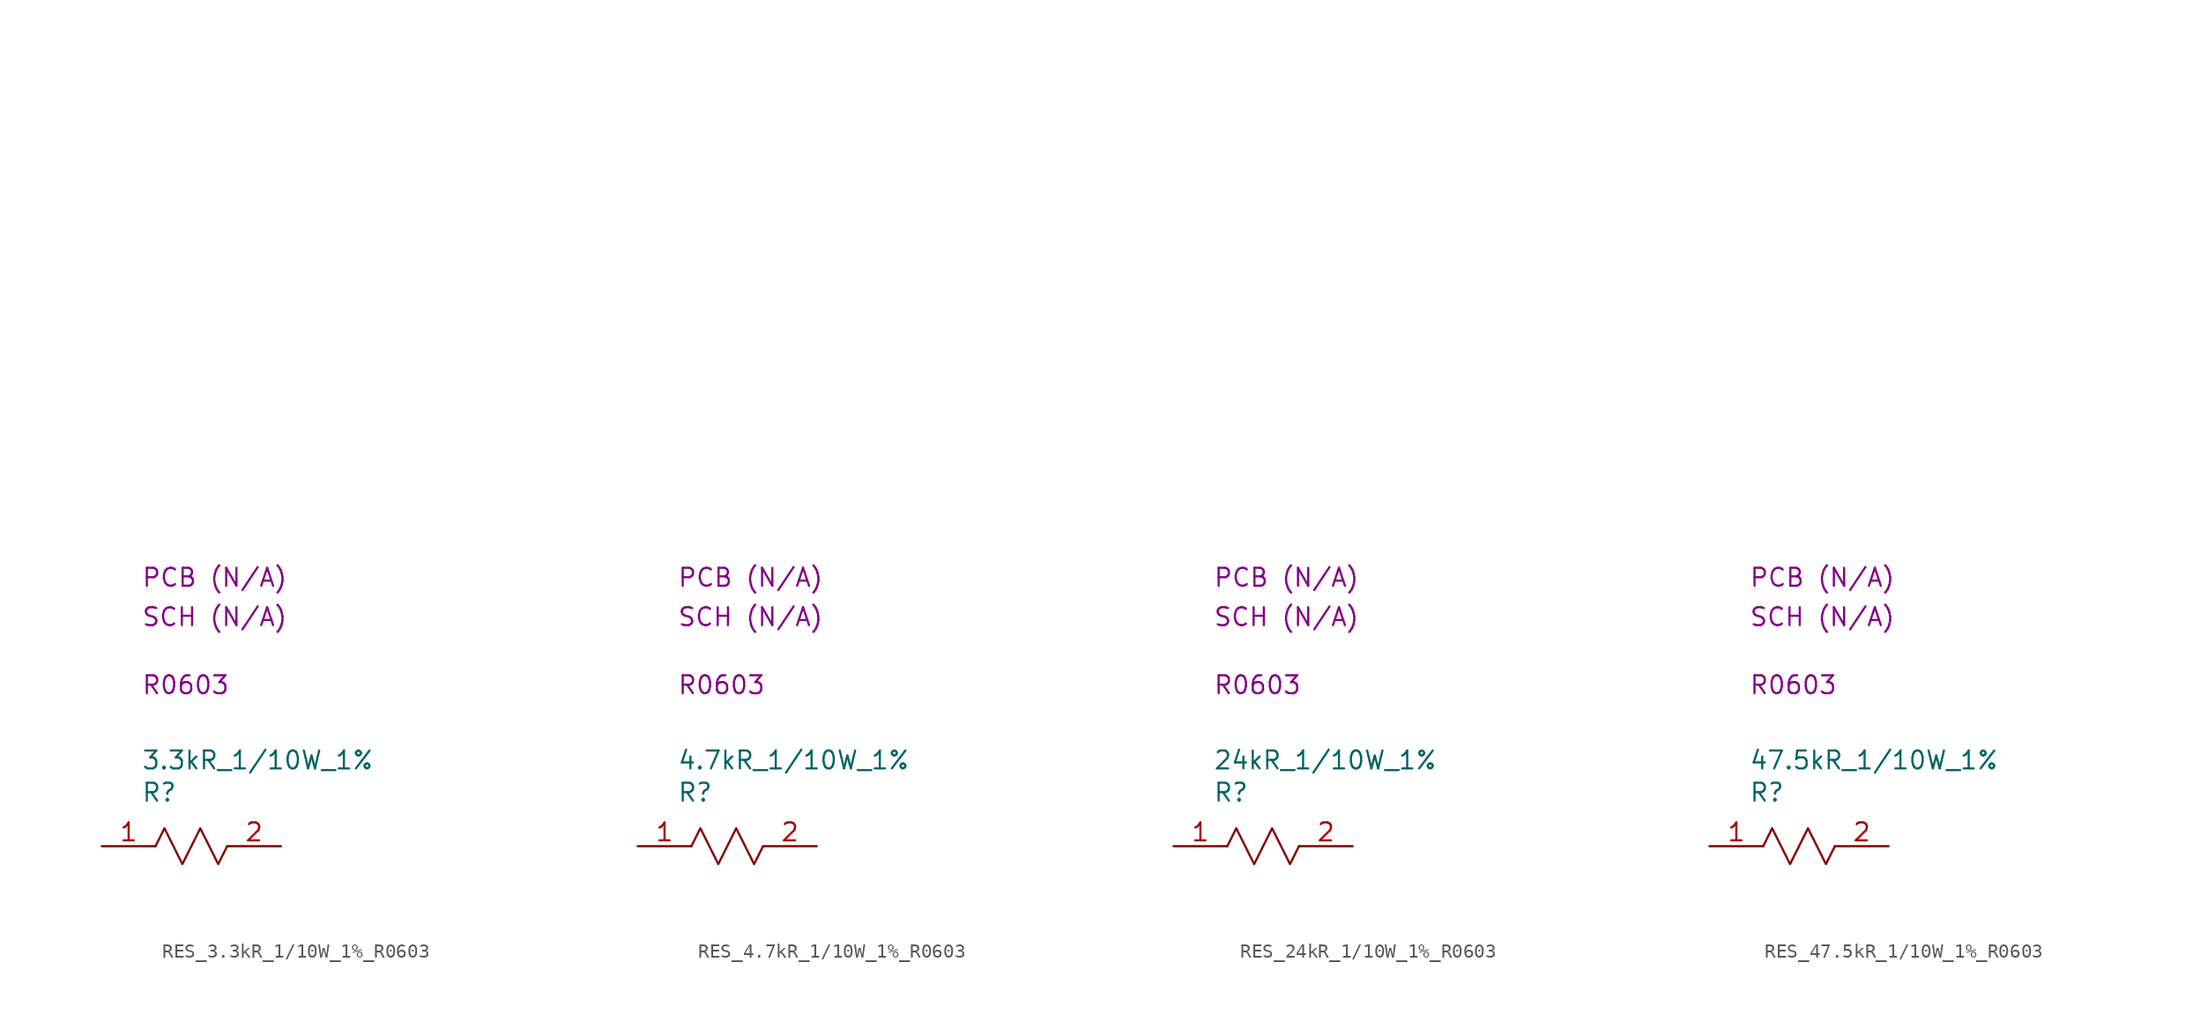
<source format=kicad_sym>
(kicad_symbol_lib
  (version 20231120)
  (generator "kicad_symbol_editor")
  (generator_version "8.0")
  (symbol "RES_3.3kR_1/10W_1%_R0603"
    (property "Reference" "R"
      (at 2.794 3.81 0)
      (effects (font (size 1.27 1.27)) (justify left)))
    (property "Value" "3.3kR_1/10W_1%"
      (at 2.794 6.096 0)
      (effects (font (size 1.27 1.27)) (justify left)))
    (property "Package" "R0603"
      (at 2.794 11.43 0)
      (effects (font (size 1.27 1.27)) (justify left)))
    (property "SCH CHECK" "SCH (N/A)"
      (at 2.794 16.256 0)
      (effects (font (size 1.27 1.27)) (justify left)))
    (property "PCB CHECk" "PCB (N/A)"
      (at 2.794 19.05 0)
      (effects (font (size 1.27 1.27)) (justify left)))
    (symbol "RES_3.3kR_1/10W_1%_R0603_0_1"
      (polyline private (pts (xy 2.54 2.54) (xy 27.94 2.54)) (stroke (width 0) (type default)) (fill (type none)))
      (polyline private (pts (xy 2.54 5.08) (xy 27.94 5.08)) (stroke (width 0) (type default)) (fill (type none)))
      (polyline private (pts (xy 2.54 7.62) (xy 27.94 7.62)) (stroke (width 0) (type default)) (fill (type none)))
      (polyline private (pts (xy 2.54 10.16) (xy 27.94 10.16)) (stroke (width 0) (type default)) (fill (type none)))
      (polyline private (pts (xy 2.54 12.7) (xy 27.94 12.7)) (stroke (width 0) (type default)) (fill (type none)))
      (polyline private (pts (xy 2.54 15.24) (xy 27.94 15.24)) (stroke (width 0) (type default)) (fill (type none)))
      (polyline private (pts (xy 2.54 17.78) (xy 27.94 17.78)) (stroke (width 0) (type default)) (fill (type none)))
      (polyline private (pts (xy 2.54 20.32) (xy 27.94 20.32)) (stroke (width 0) (type default)) (fill (type none)))
      (polyline private (pts (xy 2.54 22.86) (xy 27.94 22.86)) (stroke (width 0) (type default)) (fill (type none)))
      (polyline private (pts (xy 2.54 25.4) (xy 27.94 25.4)) (stroke (width 0) (type default)) (fill (type none)))
      (polyline private (pts (xy 2.54 27.94) (xy 27.94 27.94)) (stroke (width 0) (type default)) (fill (type none)))
      (polyline private (pts (xy 2.54 30.48) (xy 27.94 30.48)) (stroke (width 0) (type default)) (fill (type none)))
      (polyline private (pts (xy 2.54 33.02) (xy 27.94 33.02)) (stroke (width 0) (type default)) (fill (type none)))
      (polyline private (pts (xy 2.54 35.56) (xy 27.94 35.56)) (stroke (width 0) (type default)) (fill (type none)))
      (polyline private (pts (xy 2.54 38.1) (xy 27.94 38.1)) (stroke (width 0) (type default)) (fill (type none)))
      (polyline private (pts (xy 2.54 40.64) (xy 27.94 40.64)) (stroke (width 0) (type default)) (fill (type none)))
      (polyline private (pts (xy 2.54 43.18) (xy 27.94 43.18)) (stroke (width 0) (type default)) (fill (type none)))
      (polyline private (pts (xy 2.54 45.72) (xy 27.94 45.72)) (stroke (width 0) (type default)) (fill (type none)))
      (polyline private (pts (xy 2.54 48.26) (xy 27.94 48.26)) (stroke (width 0) (type default)) (fill (type none)))
      (polyline private (pts (xy 2.54 50.8) (xy 27.94 50.8)) (stroke (width 0) (type default)) (fill (type none)))
      (polyline (pts (xy 3.81 0) (xy 4.445 1.27) (xy 5.715 -1.27) (xy 6.985 1.27) (xy 8.255 -1.27) (xy 8.89 0)) (stroke (width 0) (type default)) (fill (type none))))
    (symbol "RES_3.3kR_1/10W_1%_R0603_1_1"
      (pin passive line (at 0 0 0) (length 3.81) (name "" (effects (font (size 1.27 1.27)))) (number "1" (effects (font (size 1.27 1.27)))))
      (pin passive line (at 12.7 0 180) (length 3.81) (name "" (effects (font (size 1.27 1.27)))) (number "2" (effects (font (size 1.27 1.27)))))))
  (symbol "RES_4.7kR_1/10W_1%_R0603"
    (property "Reference" "R"
      (at 2.794 3.81 0)
      (effects (font (size 1.27 1.27)) (justify left)))
    (property "Value" "4.7kR_1/10W_1%"
      (at 2.794 6.096 0)
      (effects (font (size 1.27 1.27)) (justify left)))
    (property "Package" "R0603"
      (at 2.794 11.43 0)
      (effects (font (size 1.27 1.27)) (justify left)))
    (property "SCH CHECK" "SCH (N/A)"
      (at 2.794 16.256 0)
      (effects (font (size 1.27 1.27)) (justify left)))
    (property "PCB CHECk" "PCB (N/A)"
      (at 2.794 19.05 0)
      (effects (font (size 1.27 1.27)) (justify left)))
    (symbol "RES_4.7kR_1/10W_1%_R0603_0_1"
      (polyline private (pts (xy 2.54 2.54) (xy 27.94 2.54)) (stroke (width 0) (type default)) (fill (type none)))
      (polyline private (pts (xy 2.54 5.08) (xy 27.94 5.08)) (stroke (width 0) (type default)) (fill (type none)))
      (polyline private (pts (xy 2.54 7.62) (xy 27.94 7.62)) (stroke (width 0) (type default)) (fill (type none)))
      (polyline private (pts (xy 2.54 10.16) (xy 27.94 10.16)) (stroke (width 0) (type default)) (fill (type none)))
      (polyline private (pts (xy 2.54 12.7) (xy 27.94 12.7)) (stroke (width 0) (type default)) (fill (type none)))
      (polyline private (pts (xy 2.54 15.24) (xy 27.94 15.24)) (stroke (width 0) (type default)) (fill (type none)))
      (polyline private (pts (xy 2.54 17.78) (xy 27.94 17.78)) (stroke (width 0) (type default)) (fill (type none)))
      (polyline private (pts (xy 2.54 20.32) (xy 27.94 20.32)) (stroke (width 0) (type default)) (fill (type none)))
      (polyline private (pts (xy 2.54 22.86) (xy 27.94 22.86)) (stroke (width 0) (type default)) (fill (type none)))
      (polyline private (pts (xy 2.54 25.4) (xy 27.94 25.4)) (stroke (width 0) (type default)) (fill (type none)))
      (polyline private (pts (xy 2.54 27.94) (xy 27.94 27.94)) (stroke (width 0) (type default)) (fill (type none)))
      (polyline private (pts (xy 2.54 30.48) (xy 27.94 30.48)) (stroke (width 0) (type default)) (fill (type none)))
      (polyline private (pts (xy 2.54 33.02) (xy 27.94 33.02)) (stroke (width 0) (type default)) (fill (type none)))
      (polyline private (pts (xy 2.54 35.56) (xy 27.94 35.56)) (stroke (width 0) (type default)) (fill (type none)))
      (polyline private (pts (xy 2.54 38.1) (xy 27.94 38.1)) (stroke (width 0) (type default)) (fill (type none)))
      (polyline private (pts (xy 2.54 40.64) (xy 27.94 40.64)) (stroke (width 0) (type default)) (fill (type none)))
      (polyline private (pts (xy 2.54 43.18) (xy 27.94 43.18)) (stroke (width 0) (type default)) (fill (type none)))
      (polyline private (pts (xy 2.54 45.72) (xy 27.94 45.72)) (stroke (width 0) (type default)) (fill (type none)))
      (polyline private (pts (xy 2.54 48.26) (xy 27.94 48.26)) (stroke (width 0) (type default)) (fill (type none)))
      (polyline private (pts (xy 2.54 50.8) (xy 27.94 50.8)) (stroke (width 0) (type default)) (fill (type none)))
      (polyline (pts (xy 3.81 0) (xy 4.445 1.27) (xy 5.715 -1.27) (xy 6.985 1.27) (xy 8.255 -1.27) (xy 8.89 0)) (stroke (width 0) (type default)) (fill (type none))))
    (symbol "RES_4.7kR_1/10W_1%_R0603_1_1"
      (pin passive line (at 0 0 0) (length 3.81) (name "" (effects (font (size 1.27 1.27)))) (number "1" (effects (font (size 1.27 1.27)))))
      (pin passive line (at 12.7 0 180) (length 3.81) (name "" (effects (font (size 1.27 1.27)))) (number "2" (effects (font (size 1.27 1.27)))))))
  (symbol "RES_24kR_1/10W_1%_R0603"
    (property "Reference" "R"
      (at 2.794 3.81 0)
      (effects (font (size 1.27 1.27)) (justify left)))
    (property "Value" "24kR_1/10W_1%"
      (at 2.794 6.096 0)
      (effects (font (size 1.27 1.27)) (justify left)))
    (property "Package" "R0603"
      (at 2.794 11.43 0)
      (effects (font (size 1.27 1.27)) (justify left)))
    (property "SCH CHECK" "SCH (N/A)"
      (at 2.794 16.256 0)
      (effects (font (size 1.27 1.27)) (justify left)))
    (property "PCB CHECk" "PCB (N/A)"
      (at 2.794 19.05 0)
      (effects (font (size 1.27 1.27)) (justify left)))
    (symbol "RES_24kR_1/10W_1%_R0603_0_1"
      (polyline private (pts (xy 2.54 2.54) (xy 27.94 2.54)) (stroke (width 0) (type default)) (fill (type none)))
      (polyline private (pts (xy 2.54 5.08) (xy 27.94 5.08)) (stroke (width 0) (type default)) (fill (type none)))
      (polyline private (pts (xy 2.54 7.62) (xy 27.94 7.62)) (stroke (width 0) (type default)) (fill (type none)))
      (polyline private (pts (xy 2.54 10.16) (xy 27.94 10.16)) (stroke (width 0) (type default)) (fill (type none)))
      (polyline private (pts (xy 2.54 12.7) (xy 27.94 12.7)) (stroke (width 0) (type default)) (fill (type none)))
      (polyline private (pts (xy 2.54 15.24) (xy 27.94 15.24)) (stroke (width 0) (type default)) (fill (type none)))
      (polyline private (pts (xy 2.54 17.78) (xy 27.94 17.78)) (stroke (width 0) (type default)) (fill (type none)))
      (polyline private (pts (xy 2.54 20.32) (xy 27.94 20.32)) (stroke (width 0) (type default)) (fill (type none)))
      (polyline private (pts (xy 2.54 22.86) (xy 27.94 22.86)) (stroke (width 0) (type default)) (fill (type none)))
      (polyline private (pts (xy 2.54 25.4) (xy 27.94 25.4)) (stroke (width 0) (type default)) (fill (type none)))
      (polyline private (pts (xy 2.54 27.94) (xy 27.94 27.94)) (stroke (width 0) (type default)) (fill (type none)))
      (polyline private (pts (xy 2.54 30.48) (xy 27.94 30.48)) (stroke (width 0) (type default)) (fill (type none)))
      (polyline private (pts (xy 2.54 33.02) (xy 27.94 33.02)) (stroke (width 0) (type default)) (fill (type none)))
      (polyline private (pts (xy 2.54 35.56) (xy 27.94 35.56)) (stroke (width 0) (type default)) (fill (type none)))
      (polyline private (pts (xy 2.54 38.1) (xy 27.94 38.1)) (stroke (width 0) (type default)) (fill (type none)))
      (polyline private (pts (xy 2.54 40.64) (xy 27.94 40.64)) (stroke (width 0) (type default)) (fill (type none)))
      (polyline private (pts (xy 2.54 43.18) (xy 27.94 43.18)) (stroke (width 0) (type default)) (fill (type none)))
      (polyline private (pts (xy 2.54 45.72) (xy 27.94 45.72)) (stroke (width 0) (type default)) (fill (type none)))
      (polyline private (pts (xy 2.54 48.26) (xy 27.94 48.26)) (stroke (width 0) (type default)) (fill (type none)))
      (polyline private (pts (xy 2.54 50.8) (xy 27.94 50.8)) (stroke (width 0) (type default)) (fill (type none)))
      (polyline (pts (xy 3.81 0) (xy 4.445 1.27) (xy 5.715 -1.27) (xy 6.985 1.27) (xy 8.255 -1.27) (xy 8.89 0)) (stroke (width 0) (type default)) (fill (type none))))
    (symbol "RES_24kR_1/10W_1%_R0603_1_1"
      (pin passive line (at 0 0 0) (length 3.81) (name "" (effects (font (size 1.27 1.27)))) (number "1" (effects (font (size 1.27 1.27)))))
      (pin passive line (at 12.7 0 180) (length 3.81) (name "" (effects (font (size 1.27 1.27)))) (number "2" (effects (font (size 1.27 1.27)))))))
  (symbol "RES_47.5kR_1/10W_1%_R0603"
    (property "Reference" "R"
      (at 2.794 3.81 0)
      (effects (font (size 1.27 1.27)) (justify left)))
    (property "Value" "47.5kR_1/10W_1%"
      (at 2.794 6.096 0)
      (effects (font (size 1.27 1.27)) (justify left)))
    (property "Package" "R0603"
      (at 2.794 11.43 0)
      (effects (font (size 1.27 1.27)) (justify left)))
    (property "SCH CHECK" "SCH (N/A)"
      (at 2.794 16.256 0)
      (effects (font (size 1.27 1.27)) (justify left)))
    (property "PCB CHECk" "PCB (N/A)"
      (at 2.794 19.05 0)
      (effects (font (size 1.27 1.27)) (justify left)))
    (symbol "RES_47.5kR_1/10W_1%_R0603_0_1"
      (polyline private (pts (xy 2.54 2.54) (xy 27.94 2.54)) (stroke (width 0) (type default)) (fill (type none)))
      (polyline private (pts (xy 2.54 5.08) (xy 27.94 5.08)) (stroke (width 0) (type default)) (fill (type none)))
      (polyline private (pts (xy 2.54 7.62) (xy 27.94 7.62)) (stroke (width 0) (type default)) (fill (type none)))
      (polyline private (pts (xy 2.54 10.16) (xy 27.94 10.16)) (stroke (width 0) (type default)) (fill (type none)))
      (polyline private (pts (xy 2.54 12.7) (xy 27.94 12.7)) (stroke (width 0) (type default)) (fill (type none)))
      (polyline private (pts (xy 2.54 15.24) (xy 27.94 15.24)) (stroke (width 0) (type default)) (fill (type none)))
      (polyline private (pts (xy 2.54 17.78) (xy 27.94 17.78)) (stroke (width 0) (type default)) (fill (type none)))
      (polyline private (pts (xy 2.54 20.32) (xy 27.94 20.32)) (stroke (width 0) (type default)) (fill (type none)))
      (polyline private (pts (xy 2.54 22.86) (xy 27.94 22.86)) (stroke (width 0) (type default)) (fill (type none)))
      (polyline private (pts (xy 2.54 25.4) (xy 27.94 25.4)) (stroke (width 0) (type default)) (fill (type none)))
      (polyline private (pts (xy 2.54 27.94) (xy 27.94 27.94)) (stroke (width 0) (type default)) (fill (type none)))
      (polyline private (pts (xy 2.54 30.48) (xy 27.94 30.48)) (stroke (width 0) (type default)) (fill (type none)))
      (polyline private (pts (xy 2.54 33.02) (xy 27.94 33.02)) (stroke (width 0) (type default)) (fill (type none)))
      (polyline private (pts (xy 2.54 35.56) (xy 27.94 35.56)) (stroke (width 0) (type default)) (fill (type none)))
      (polyline private (pts (xy 2.54 38.1) (xy 27.94 38.1)) (stroke (width 0) (type default)) (fill (type none)))
      (polyline private (pts (xy 2.54 40.64) (xy 27.94 40.64)) (stroke (width 0) (type default)) (fill (type none)))
      (polyline private (pts (xy 2.54 43.18) (xy 27.94 43.18)) (stroke (width 0) (type default)) (fill (type none)))
      (polyline private (pts (xy 2.54 45.72) (xy 27.94 45.72)) (stroke (width 0) (type default)) (fill (type none)))
      (polyline private (pts (xy 2.54 48.26) (xy 27.94 48.26)) (stroke (width 0) (type default)) (fill (type none)))
      (polyline private (pts (xy 2.54 50.8) (xy 27.94 50.8)) (stroke (width 0) (type default)) (fill (type none)))
      (polyline (pts (xy 3.81 0) (xy 4.445 1.27) (xy 5.715 -1.27) (xy 6.985 1.27) (xy 8.255 -1.27) (xy 8.89 0)) (stroke (width 0) (type default)) (fill (type none))))
    (symbol "RES_47.5kR_1/10W_1%_R0603_1_1"
      (pin passive line (at 0 0 0) (length 3.81) (name "" (effects (font (size 1.27 1.27)))) (number "1" (effects (font (size 1.27 1.27)))))
      (pin passive line (at 12.7 0 180) (length 3.81) (name "" (effects (font (size 1.27 1.27)))) (number "2" (effects (font (size 1.27 1.27))))))))
</source>
